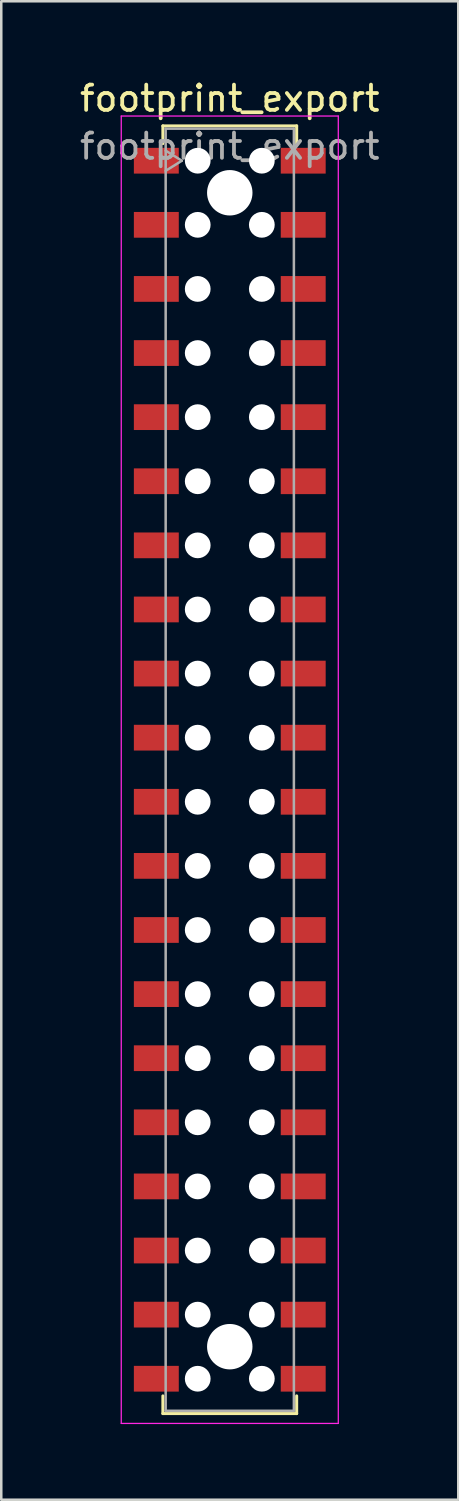
<source format=kicad_pcb>
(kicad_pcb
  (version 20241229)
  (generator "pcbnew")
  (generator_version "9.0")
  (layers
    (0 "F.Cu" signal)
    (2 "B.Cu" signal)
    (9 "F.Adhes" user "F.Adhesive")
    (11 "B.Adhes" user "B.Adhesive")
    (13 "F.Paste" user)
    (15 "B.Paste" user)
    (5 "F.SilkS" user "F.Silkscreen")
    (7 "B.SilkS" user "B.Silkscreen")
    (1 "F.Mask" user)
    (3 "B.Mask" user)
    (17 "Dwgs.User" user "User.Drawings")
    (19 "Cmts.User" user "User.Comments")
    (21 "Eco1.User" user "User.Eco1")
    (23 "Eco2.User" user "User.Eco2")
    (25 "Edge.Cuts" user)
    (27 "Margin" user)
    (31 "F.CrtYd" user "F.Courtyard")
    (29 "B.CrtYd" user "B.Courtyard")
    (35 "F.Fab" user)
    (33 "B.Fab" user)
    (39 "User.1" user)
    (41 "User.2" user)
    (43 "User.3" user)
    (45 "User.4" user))
  (footprint "footprint_export"
    (layer "F.Cu")
    (at 6.054 27.448)
    (property "Reference" "footprint_export" (at 0 -26.6 0) (layer "F.SilkS") (effects (font (size 1 1) (thickness 0.15))))
    (attr smd)
    (fp_line (start -2.65 -25.51) (end 2.65 -25.51) (stroke (width 0.12) (type solid)) (layer "F.SilkS"))
    (fp_line (start -2.65 -24.81) (end -2.65 -25.51) (stroke (width 0.12) (type solid)) (layer "F.SilkS"))
    (fp_line (start -2.65 24.81) (end -2.65 25.51) (stroke (width 0.12) (type solid)) (layer "F.SilkS"))
    (fp_line (start -2.65 25.51) (end 2.65 25.51) (stroke (width 0.12) (type solid)) (layer "F.SilkS"))
    (fp_line (start 2.65 -25.51) (end 2.65 -24.81) (stroke (width 0.12) (type solid)) (layer "F.SilkS"))
    (fp_line (start 2.65 25.51) (end 2.65 24.81) (stroke (width 0.12) (type solid)) (layer "F.SilkS"))
    (fp_line (start -4.3 -25.9) (end 4.3 -25.9) (stroke (width 0.05) (type solid)) (layer "F.CrtYd"))
    (fp_line (start -4.3 25.9) (end -4.3 -25.9) (stroke (width 0.05) (type solid)) (layer "F.CrtYd"))
    (fp_line (start 4.3 -25.9) (end 4.3 25.9) (stroke (width 0.05) (type solid)) (layer "F.CrtYd"))
    (fp_line (start 4.3 25.9) (end -4.3 25.9) (stroke (width 0.05) (type solid)) (layer "F.CrtYd"))
    (fp_line (start -2.54 -25.4) (end 2.54 -25.4) (stroke (width 0.1) (type solid)) (layer "F.Fab"))
    (fp_line (start -2.54 -24.53) (end -1.9 -24.13) (stroke (width 0.1) (type solid)) (layer "F.Fab"))
    (fp_line (start -2.54 25.4) (end -2.54 -25.4) (stroke (width 0.1) (type solid)) (layer "F.Fab"))
    (fp_line (start -1.9 -24.13) (end -2.54 -23.73) (stroke (width 0.1) (type solid)) (layer "F.Fab"))
    (fp_line (start 2.54 -25.4) (end 2.54 25.4) (stroke (width 0.1) (type solid)) (layer "F.Fab"))
    (fp_line (start 2.54 25.4) (end -2.54 25.4) (stroke (width 0.1) (type solid)) (layer "F.Fab"))
    (fp_text user "${REFERENCE}" (at 0 -24.7 0) (layer "F.Fab") (effects (font (size 1 1) (thickness 0.15))))
    (pad "" np_thru_hole circle (at -1.27 -24.13) (size 1.02 1.02) (drill 1.02) (layers "*.Cu" "*.Mask"))
    (pad "" np_thru_hole circle (at -1.27 -21.59) (size 1.02 1.02) (drill 1.02) (layers "*.Cu" "*.Mask"))
    (pad "" np_thru_hole circle (at -1.27 -19.05) (size 1.02 1.02) (drill 1.02) (layers "*.Cu" "*.Mask"))
    (pad "" np_thru_hole circle (at -1.27 -16.51) (size 1.02 1.02) (drill 1.02) (layers "*.Cu" "*.Mask"))
    (pad "" np_thru_hole circle (at -1.27 -13.97) (size 1.02 1.02) (drill 1.02) (layers "*.Cu" "*.Mask"))
    (pad "" np_thru_hole circle (at -1.27 -11.43) (size 1.02 1.02) (drill 1.02) (layers "*.Cu" "*.Mask"))
    (pad "" np_thru_hole circle (at -1.27 -8.89) (size 1.02 1.02) (drill 1.02) (layers "*.Cu" "*.Mask"))
    (pad "" np_thru_hole circle (at -1.27 -6.35) (size 1.02 1.02) (drill 1.02) (layers "*.Cu" "*.Mask"))
    (pad "" np_thru_hole circle (at -1.27 -3.81) (size 1.02 1.02) (drill 1.02) (layers "*.Cu" "*.Mask"))
    (pad "" np_thru_hole circle (at -1.27 -1.27) (size 1.02 1.02) (drill 1.02) (layers "*.Cu" "*.Mask"))
    (pad "" np_thru_hole circle (at -1.27 1.27) (size 1.02 1.02) (drill 1.02) (layers "*.Cu" "*.Mask"))
    (pad "" np_thru_hole circle (at -1.27 3.81) (size 1.02 1.02) (drill 1.02) (layers "*.Cu" "*.Mask"))
    (pad "" np_thru_hole circle (at -1.27 6.35) (size 1.02 1.02) (drill 1.02) (layers "*.Cu" "*.Mask"))
    (pad "" np_thru_hole circle (at -1.27 8.89) (size 1.02 1.02) (drill 1.02) (layers "*.Cu" "*.Mask"))
    (pad "" np_thru_hole circle (at -1.27 11.43) (size 1.02 1.02) (drill 1.02) (layers "*.Cu" "*.Mask"))
    (pad "" np_thru_hole circle (at -1.27 13.97) (size 1.02 1.02) (drill 1.02) (layers "*.Cu" "*.Mask"))
    (pad "" np_thru_hole circle (at -1.27 16.51) (size 1.02 1.02) (drill 1.02) (layers "*.Cu" "*.Mask"))
    (pad "" np_thru_hole circle (at -1.27 19.05) (size 1.02 1.02) (drill 1.02) (layers "*.Cu" "*.Mask"))
    (pad "" np_thru_hole circle (at -1.27 21.59) (size 1.02 1.02) (drill 1.02) (layers "*.Cu" "*.Mask"))
    (pad "" np_thru_hole circle (at -1.27 24.13) (size 1.02 1.02) (drill 1.02) (layers "*.Cu" "*.Mask"))
    (pad "" np_thru_hole circle (at 0 -22.86) (size 1.8 1.8) (drill 1.8) (layers "*.Cu" "*.Mask"))
    (pad "" np_thru_hole circle (at 0 22.86) (size 1.8 1.8) (drill 1.8) (layers "*.Cu" "*.Mask"))
    (pad "" np_thru_hole circle (at 1.27 -24.13) (size 1.02 1.02) (drill 1.02) (layers "*.Cu" "*.Mask"))
    (pad "" np_thru_hole circle (at 1.27 -21.59) (size 1.02 1.02) (drill 1.02) (layers "*.Cu" "*.Mask"))
    (pad "" np_thru_hole circle (at 1.27 -19.05) (size 1.02 1.02) (drill 1.02) (layers "*.Cu" "*.Mask"))
    (pad "" np_thru_hole circle (at 1.27 -16.51) (size 1.02 1.02) (drill 1.02) (layers "*.Cu" "*.Mask"))
    (pad "" np_thru_hole circle (at 1.27 -13.97) (size 1.02 1.02) (drill 1.02) (layers "*.Cu" "*.Mask"))
    (pad "" np_thru_hole circle (at 1.27 -11.43) (size 1.02 1.02) (drill 1.02) (layers "*.Cu" "*.Mask"))
    (pad "" np_thru_hole circle (at 1.27 -8.89) (size 1.02 1.02) (drill 1.02) (layers "*.Cu" "*.Mask"))
    (pad "" np_thru_hole circle (at 1.27 -6.35) (size 1.02 1.02) (drill 1.02) (layers "*.Cu" "*.Mask"))
    (pad "" np_thru_hole circle (at 1.27 -3.81) (size 1.02 1.02) (drill 1.02) (layers "*.Cu" "*.Mask"))
    (pad "" np_thru_hole circle (at 1.27 -1.27) (size 1.02 1.02) (drill 1.02) (layers "*.Cu" "*.Mask"))
    (pad "" np_thru_hole circle (at 1.27 1.27) (size 1.02 1.02) (drill 1.02) (layers "*.Cu" "*.Mask"))
    (pad "" np_thru_hole circle (at 1.27 3.81) (size 1.02 1.02) (drill 1.02) (layers "*.Cu" "*.Mask"))
    (pad "" np_thru_hole circle (at 1.27 6.35) (size 1.02 1.02) (drill 1.02) (layers "*.Cu" "*.Mask"))
    (pad "" np_thru_hole circle (at 1.27 8.89) (size 1.02 1.02) (drill 1.02) (layers "*.Cu" "*.Mask"))
    (pad "" np_thru_hole circle (at 1.27 11.43) (size 1.02 1.02) (drill 1.02) (layers "*.Cu" "*.Mask"))
    (pad "" np_thru_hole circle (at 1.27 13.97) (size 1.02 1.02) (drill 1.02) (layers "*.Cu" "*.Mask"))
    (pad "" np_thru_hole circle (at 1.27 16.51) (size 1.02 1.02) (drill 1.02) (layers "*.Cu" "*.Mask"))
    (pad "" np_thru_hole circle (at 1.27 19.05) (size 1.02 1.02) (drill 1.02) (layers "*.Cu" "*.Mask"))
    (pad "" np_thru_hole circle (at 1.27 21.59) (size 1.02 1.02) (drill 1.02) (layers "*.Cu" "*.Mask"))
    (pad "" np_thru_hole circle (at 1.27 24.13) (size 1.02 1.02) (drill 1.02) (layers "*.Cu" "*.Mask"))
    (pad "1" smd rect (at -2.91 -24.13) (size 1.78 1.02) (layers "F.Cu" "F.Mask" "F.Paste"))
    (pad "2" smd rect (at -2.91 -21.59) (size 1.78 1.02) (layers "F.Cu" "F.Mask" "F.Paste"))
    (pad "3" smd rect (at -2.91 -19.05) (size 1.78 1.02) (layers "F.Cu" "F.Mask" "F.Paste"))
    (pad "4" smd rect (at -2.91 -16.51) (size 1.78 1.02) (layers "F.Cu" "F.Mask" "F.Paste"))
    (pad "5" smd rect (at -2.91 -13.97) (size 1.78 1.02) (layers "F.Cu" "F.Mask" "F.Paste"))
    (pad "6" smd rect (at -2.91 -11.43) (size 1.78 1.02) (layers "F.Cu" "F.Mask" "F.Paste"))
    (pad "7" smd rect (at -2.91 -8.89) (size 1.78 1.02) (layers "F.Cu" "F.Mask" "F.Paste"))
    (pad "8" smd rect (at -2.91 -6.35) (size 1.78 1.02) (layers "F.Cu" "F.Mask" "F.Paste"))
    (pad "9" smd rect (at -2.91 -3.81) (size 1.78 1.02) (layers "F.Cu" "F.Mask" "F.Paste"))
    (pad "10" smd rect (at -2.91 -1.27) (size 1.78 1.02) (layers "F.Cu" "F.Mask" "F.Paste"))
    (pad "11" smd rect (at -2.91 1.27) (size 1.78 1.02) (layers "F.Cu" "F.Mask" "F.Paste"))
    (pad "12" smd rect (at -2.91 3.81) (size 1.78 1.02) (layers "F.Cu" "F.Mask" "F.Paste"))
    (pad "13" smd rect (at -2.91 6.35) (size 1.78 1.02) (layers "F.Cu" "F.Mask" "F.Paste"))
    (pad "14" smd rect (at -2.91 8.89) (size 1.78 1.02) (layers "F.Cu" "F.Mask" "F.Paste"))
    (pad "15" smd rect (at -2.91 11.43) (size 1.78 1.02) (layers "F.Cu" "F.Mask" "F.Paste"))
    (pad "16" smd rect (at -2.91 13.97) (size 1.78 1.02) (layers "F.Cu" "F.Mask" "F.Paste"))
    (pad "17" smd rect (at -2.91 16.51) (size 1.78 1.02) (layers "F.Cu" "F.Mask" "F.Paste"))
    (pad "18" smd rect (at -2.91 19.05) (size 1.78 1.02) (layers "F.Cu" "F.Mask" "F.Paste"))
    (pad "19" smd rect (at -2.91 21.59) (size 1.78 1.02) (layers "F.Cu" "F.Mask" "F.Paste"))
    (pad "20" smd rect (at -2.91 24.13) (size 1.78 1.02) (layers "F.Cu" "F.Mask" "F.Paste"))
    (pad "21" smd rect (at 2.91 -24.13) (size 1.78 1.02) (layers "F.Cu" "F.Mask" "F.Paste"))
    (pad "22" smd rect (at 2.91 -21.59) (size 1.78 1.02) (layers "F.Cu" "F.Mask" "F.Paste"))
    (pad "23" smd rect (at 2.91 -19.05) (size 1.78 1.02) (layers "F.Cu" "F.Mask" "F.Paste"))
    (pad "24" smd rect (at 2.91 -16.51) (size 1.78 1.02) (layers "F.Cu" "F.Mask" "F.Paste"))
    (pad "25" smd rect (at 2.91 -13.97) (size 1.78 1.02) (layers "F.Cu" "F.Mask" "F.Paste"))
    (pad "26" smd rect (at 2.91 -11.43) (size 1.78 1.02) (layers "F.Cu" "F.Mask" "F.Paste"))
    (pad "27" smd rect (at 2.91 -8.89) (size 1.78 1.02) (layers "F.Cu" "F.Mask" "F.Paste"))
    (pad "28" smd rect (at 2.91 -6.35) (size 1.78 1.02) (layers "F.Cu" "F.Mask" "F.Paste"))
    (pad "29" smd rect (at 2.91 -3.81) (size 1.78 1.02) (layers "F.Cu" "F.Mask" "F.Paste"))
    (pad "30" smd rect (at 2.91 -1.27) (size 1.78 1.02) (layers "F.Cu" "F.Mask" "F.Paste"))
    (pad "31" smd rect (at 2.91 1.27) (size 1.78 1.02) (layers "F.Cu" "F.Mask" "F.Paste"))
    (pad "32" smd rect (at 2.91 3.81) (size 1.78 1.02) (layers "F.Cu" "F.Mask" "F.Paste"))
    (pad "33" smd rect (at 2.91 6.35) (size 1.78 1.02) (layers "F.Cu" "F.Mask" "F.Paste"))
    (pad "34" smd rect (at 2.91 8.89) (size 1.78 1.02) (layers "F.Cu" "F.Mask" "F.Paste"))
    (pad "35" smd rect (at 2.91 11.43) (size 1.78 1.02) (layers "F.Cu" "F.Mask" "F.Paste"))
    (pad "36" smd rect (at 2.91 13.97) (size 1.78 1.02) (layers "F.Cu" "F.Mask" "F.Paste"))
    (pad "37" smd rect (at 2.91 16.51) (size 1.78 1.02) (layers "F.Cu" "F.Mask" "F.Paste"))
    (pad "38" smd rect (at 2.91 19.05) (size 1.78 1.02) (layers "F.Cu" "F.Mask" "F.Paste"))
    (pad "39" smd rect (at 2.91 21.59) (size 1.78 1.02) (layers "F.Cu" "F.Mask" "F.Paste"))
    (pad "40" smd rect (at 2.91 24.13) (size 1.78 1.02) (layers "F.Cu" "F.Mask" "F.Paste")))
  (gr_rect
    (start -3 -3)
    (end 15.107 56.373)
    (stroke (width 0.1) (type default))
    (fill no)
    (layer "Edge.Cuts")))
</source>
